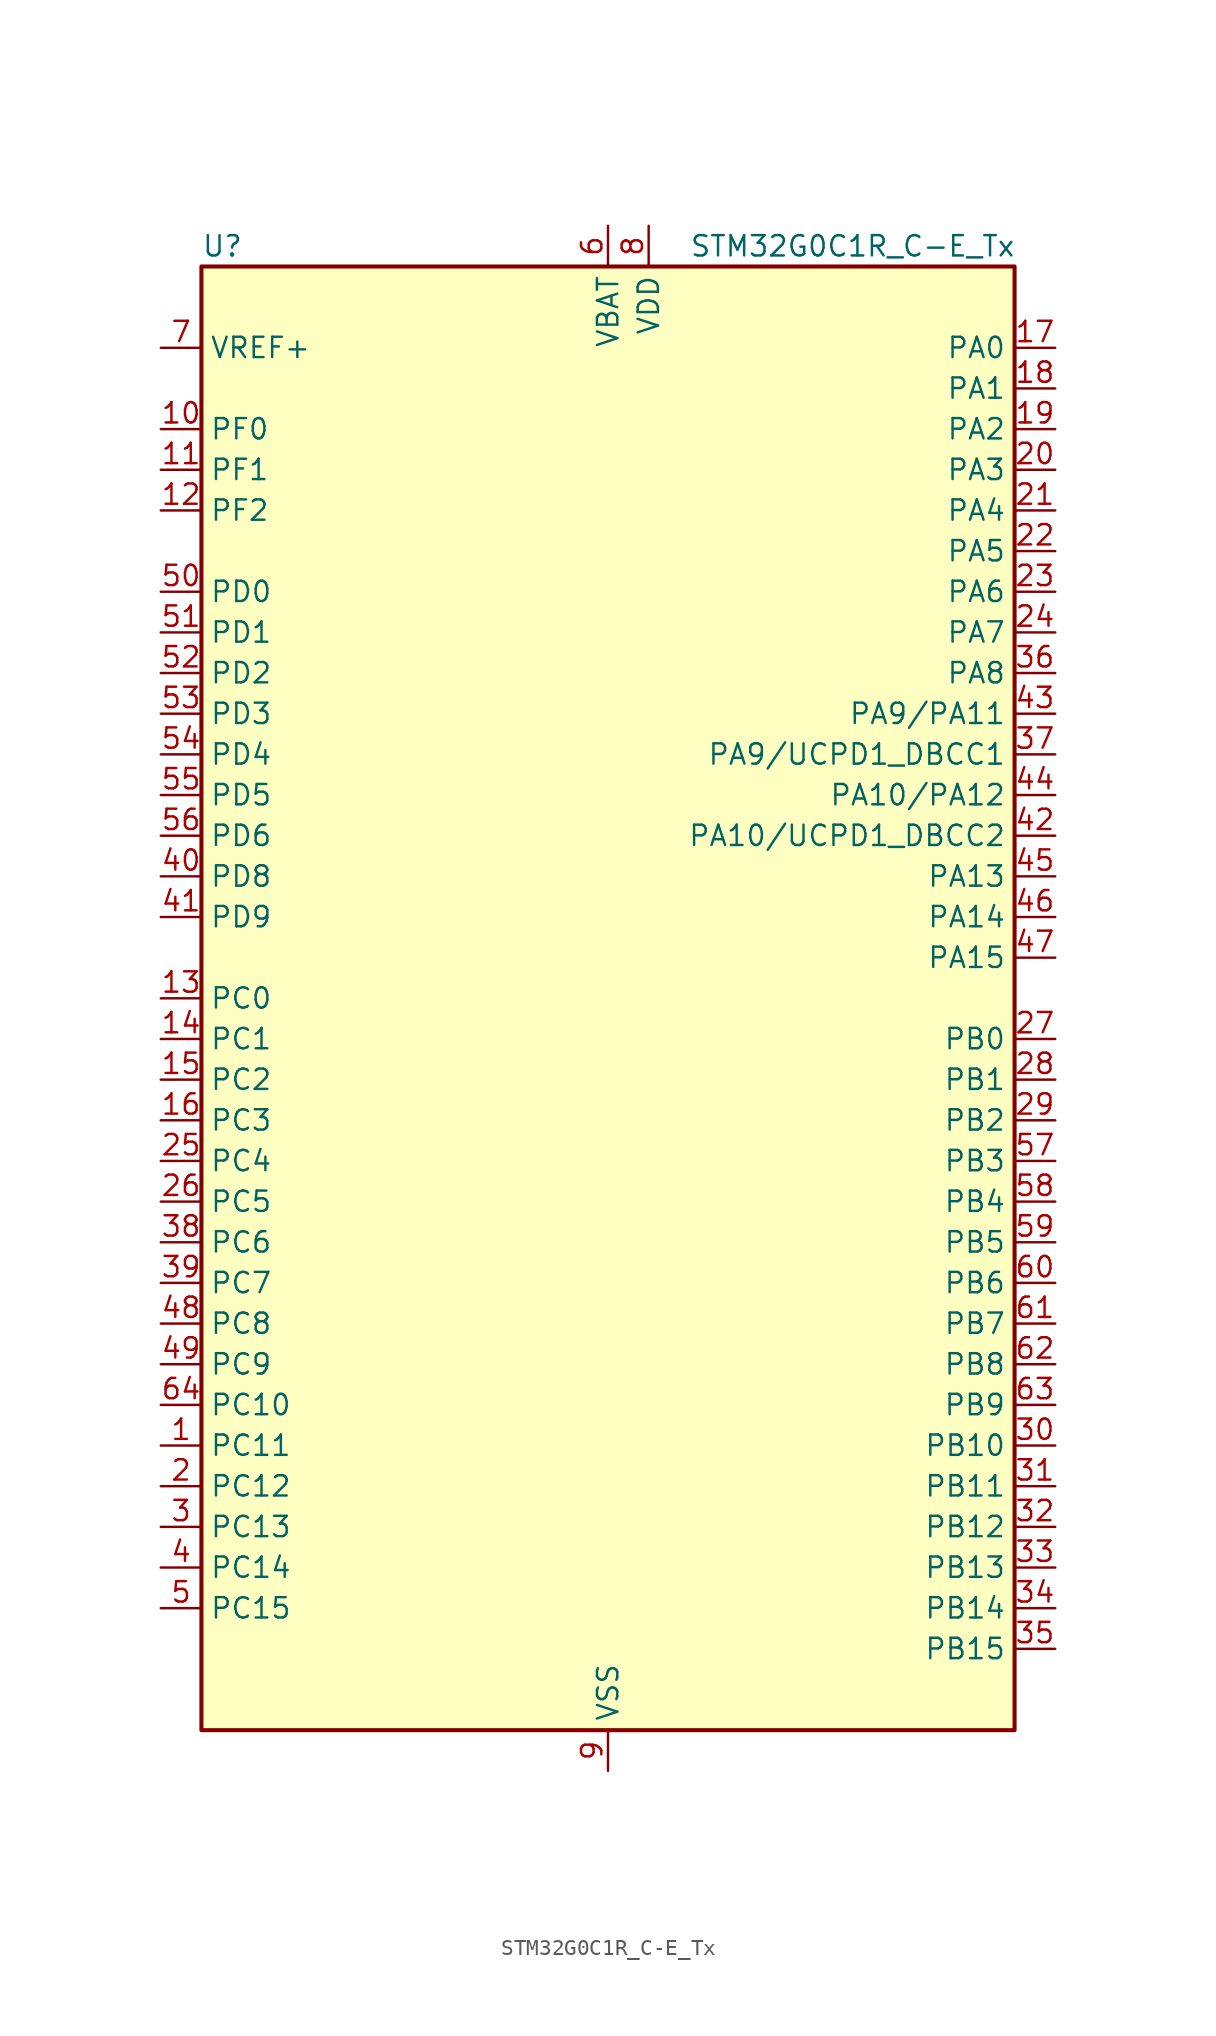
<source format=kicad_sym>
(kicad_symbol_lib
  (version 20241209)
  (generator "kicad_symbol_editor")
  (generator_version "9.0")
  (symbol "STM32G0C1R_C-E_Tx"
    (property "Reference" "U"
      (at -25.4 46.99 0)
      (effects (font (size 1.27 1.27)) (justify left)))
    (property "Value" "STM32G0C1R_C-E_Tx"
      (at 5.08 46.99 0)
      (effects (font (size 1.27 1.27)) (justify left)))
    (symbol "STM32G0C1R_C-E_Tx_0_1"
      (rectangle (start -25.4 -45.72) (end 25.4 45.72) (stroke (width 0.254) (type default)) (fill (type background))))
    (symbol "STM32G0C1R_C-E_Tx_1_1"
      (pin input line (at -27.94 40.64 0) (length 2.54) (name "VREF+" (effects (font (size 1.27 1.27)))) (number "7" (effects (font (size 1.27 1.27)))) (alternate "VREFBUF_OUT" bidirectional line))
      (pin bidirectional line (at -27.94 35.56 0) (length 2.54) (name "PF0" (effects (font (size 1.27 1.27)))) (number "10" (effects (font (size 1.27 1.27)))) (alternate "CRS1_SYNC" bidirectional line) (alternate "RCC_OSC_IN" bidirectional line) (alternate "TIM14_CH1" bidirectional line))
      (pin bidirectional line (at -27.94 33.02 0) (length 2.54) (name "PF1" (effects (font (size 1.27 1.27)))) (number "11" (effects (font (size 1.27 1.27)))) (alternate "RCC_OSC_EN" bidirectional line) (alternate "RCC_OSC_OUT" bidirectional line) (alternate "TIM15_CH1N" bidirectional line))
      (pin bidirectional line (at -27.94 30.48 0) (length 2.54) (name "PF2" (effects (font (size 1.27 1.27)))) (number "12" (effects (font (size 1.27 1.27)))) (alternate "LPUART2_DE" bidirectional line) (alternate "LPUART2_RTS" bidirectional line) (alternate "LPUART2_TX" bidirectional line) (alternate "RCC_MCO" bidirectional line))
      (pin bidirectional line (at -27.94 25.4 0) (length 2.54) (name "PD0" (effects (font (size 1.27 1.27)))) (number "50" (effects (font (size 1.27 1.27)))) (alternate "FDCAN1_RX" bidirectional line) (alternate "I2S2_WS" bidirectional line) (alternate "SPI2_NSS" bidirectional line) (alternate "TIM16_CH1" bidirectional line) (alternate "UCPD2_CC1" bidirectional line))
      (pin bidirectional line (at -27.94 22.86 0) (length 2.54) (name "PD1" (effects (font (size 1.27 1.27)))) (number "51" (effects (font (size 1.27 1.27)))) (alternate "FDCAN1_TX" bidirectional line) (alternate "I2S2_CK" bidirectional line) (alternate "SPI2_SCK" bidirectional line) (alternate "TIM17_CH1" bidirectional line) (alternate "UCPD2_DBCC1" bidirectional line))
      (pin bidirectional line (at -27.94 20.32 0) (length 2.54) (name "PD2" (effects (font (size 1.27 1.27)))) (number "52" (effects (font (size 1.27 1.27)))) (alternate "TIM1_CH1N" bidirectional line) (alternate "TIM3_ETR" bidirectional line) (alternate "UCPD2_CC2" bidirectional line) (alternate "USART3_CK" bidirectional line) (alternate "USART3_DE" bidirectional line) (alternate "USART3_RTS" bidirectional line) (alternate "USART5_RX" bidirectional line))
      (pin bidirectional line (at -27.94 17.78 0) (length 2.54) (name "PD3" (effects (font (size 1.27 1.27)))) (number "53" (effects (font (size 1.27 1.27)))) (alternate "I2S2_MCK" bidirectional line) (alternate "SPI2_MISO" bidirectional line) (alternate "TIM1_CH2N" bidirectional line) (alternate "UCPD2_DBCC2" bidirectional line) (alternate "USART2_CTS" bidirectional line) (alternate "USART2_NSS" bidirectional line) (alternate "USART5_TX" bidirectional line))
      (pin bidirectional line (at -27.94 15.24 0) (length 2.54) (name "PD4" (effects (font (size 1.27 1.27)))) (number "54" (effects (font (size 1.27 1.27)))) (alternate "I2S2_SD" bidirectional line) (alternate "SPI2_MOSI" bidirectional line) (alternate "TIM1_CH3N" bidirectional line) (alternate "USART2_CK" bidirectional line) (alternate "USART2_DE" bidirectional line) (alternate "USART2_RTS" bidirectional line) (alternate "USART5_CK" bidirectional line) (alternate "USART5_DE" bidirectional line) (alternate "USART5_RTS" bidirectional line))
      (pin bidirectional line (at -27.94 12.7 0) (length 2.54) (name "PD5" (effects (font (size 1.27 1.27)))) (number "55" (effects (font (size 1.27 1.27)))) (alternate "I2S1_MCK" bidirectional line) (alternate "SPI1_MISO" bidirectional line) (alternate "TIM1_BK" bidirectional line) (alternate "USART2_TX" bidirectional line) (alternate "USART5_CTS" bidirectional line) (alternate "USART5_NSS" bidirectional line))
      (pin bidirectional line (at -27.94 10.16 0) (length 2.54) (name "PD6" (effects (font (size 1.27 1.27)))) (number "56" (effects (font (size 1.27 1.27)))) (alternate "I2S1_SD" bidirectional line) (alternate "LPTIM2_OUT" bidirectional line) (alternate "SPI1_MOSI" bidirectional line) (alternate "USART2_RX" bidirectional line))
      (pin bidirectional line (at -27.94 7.62 0) (length 2.54) (name "PD8" (effects (font (size 1.27 1.27)))) (number "40" (effects (font (size 1.27 1.27)))) (alternate "I2S1_CK" bidirectional line) (alternate "LPTIM1_OUT" bidirectional line) (alternate "SPI1_SCK" bidirectional line) (alternate "USART3_TX" bidirectional line))
      (pin bidirectional line (at -27.94 5.08 0) (length 2.54) (name "PD9" (effects (font (size 1.27 1.27)))) (number "41" (effects (font (size 1.27 1.27)))) (alternate "DAC1_EXTI9" bidirectional line) (alternate "I2S1_WS" bidirectional line) (alternate "SPI1_NSS" bidirectional line) (alternate "TIM1_BK2" bidirectional line) (alternate "USART3_RX" bidirectional line))
      (pin bidirectional line (at -27.94 0 0) (length 2.54) (name "PC0" (effects (font (size 1.27 1.27)))) (number "13" (effects (font (size 1.27 1.27)))) (alternate "COMP3_INM" bidirectional line) (alternate "COMP3_OUT" bidirectional line) (alternate "I2C3_SCL" bidirectional line) (alternate "LPTIM1_IN1" bidirectional line) (alternate "LPTIM2_IN1" bidirectional line) (alternate "LPUART1_RX" bidirectional line) (alternate "LPUART2_TX" bidirectional line) (alternate "USART6_TX" bidirectional line))
      (pin bidirectional line (at -27.94 -2.54 0) (length 2.54) (name "PC1" (effects (font (size 1.27 1.27)))) (number "14" (effects (font (size 1.27 1.27)))) (alternate "COMP3_INP" bidirectional line) (alternate "I2C3_SDA" bidirectional line) (alternate "LPTIM1_OUT" bidirectional line) (alternate "LPUART1_TX" bidirectional line) (alternate "LPUART2_RX" bidirectional line) (alternate "TIM15_CH1" bidirectional line) (alternate "USART6_RX" bidirectional line))
      (pin bidirectional line (at -27.94 -5.08 0) (length 2.54) (name "PC2" (effects (font (size 1.27 1.27)))) (number "15" (effects (font (size 1.27 1.27)))) (alternate "COMP3_OUT" bidirectional line) (alternate "FDCAN2_RX" bidirectional line) (alternate "I2S2_MCK" bidirectional line) (alternate "LPTIM1_IN2" bidirectional line) (alternate "SPI2_MISO" bidirectional line) (alternate "TIM15_CH2" bidirectional line))
      (pin bidirectional line (at -27.94 -7.62 0) (length 2.54) (name "PC3" (effects (font (size 1.27 1.27)))) (number "16" (effects (font (size 1.27 1.27)))) (alternate "FDCAN2_TX" bidirectional line) (alternate "I2S2_SD" bidirectional line) (alternate "LPTIM1_ETR" bidirectional line) (alternate "LPTIM2_ETR" bidirectional line) (alternate "SPI2_MOSI" bidirectional line))
      (pin bidirectional line (at -27.94 -10.16 0) (length 2.54) (name "PC4" (effects (font (size 1.27 1.27)))) (number "25" (effects (font (size 1.27 1.27)))) (alternate "ADC1_IN17" bidirectional line) (alternate "COMP1_INM" bidirectional line) (alternate "FDCAN1_RX" bidirectional line) (alternate "TIM2_CH1" bidirectional line) (alternate "TIM2_ETR" bidirectional line) (alternate "USART1_TX" bidirectional line) (alternate "USART3_TX" bidirectional line))
      (pin bidirectional line (at -27.94 -12.7 0) (length 2.54) (name "PC5" (effects (font (size 1.27 1.27)))) (number "26" (effects (font (size 1.27 1.27)))) (alternate "ADC1_IN18" bidirectional line) (alternate "COMP1_INP" bidirectional line) (alternate "FDCAN1_TX" bidirectional line) (alternate "SYS_WKUP5" bidirectional line) (alternate "TIM2_CH2" bidirectional line) (alternate "USART1_RX" bidirectional line) (alternate "USART3_RX" bidirectional line))
      (pin bidirectional line (at -27.94 -15.24 0) (length 2.54) (name "PC6" (effects (font (size 1.27 1.27)))) (number "38" (effects (font (size 1.27 1.27)))) (alternate "LPUART2_TX" bidirectional line) (alternate "TIM2_CH3" bidirectional line) (alternate "TIM3_CH1" bidirectional line) (alternate "UCPD1_FRSTX1" bidirectional line) (alternate "UCPD1_FRSTX2" bidirectional line))
      (pin bidirectional line (at -27.94 -17.78 0) (length 2.54) (name "PC7" (effects (font (size 1.27 1.27)))) (number "39" (effects (font (size 1.27 1.27)))) (alternate "LPUART2_RX" bidirectional line) (alternate "TIM2_CH4" bidirectional line) (alternate "TIM3_CH2" bidirectional line) (alternate "UCPD2_FRSTX1" bidirectional line) (alternate "UCPD2_FRSTX2" bidirectional line))
      (pin bidirectional line (at -27.94 -20.32 0) (length 2.54) (name "PC8" (effects (font (size 1.27 1.27)))) (number "48" (effects (font (size 1.27 1.27)))) (alternate "LPUART2_CTS" bidirectional line) (alternate "TIM1_CH1" bidirectional line) (alternate "TIM3_CH3" bidirectional line) (alternate "UCPD2_FRSTX1" bidirectional line) (alternate "UCPD2_FRSTX2" bidirectional line))
      (pin bidirectional line (at -27.94 -22.86 0) (length 2.54) (name "PC9" (effects (font (size 1.27 1.27)))) (number "49" (effects (font (size 1.27 1.27)))) (alternate "DAC1_EXTI9" bidirectional line) (alternate "I2S_CKIN" bidirectional line) (alternate "LPUART2_DE" bidirectional line) (alternate "LPUART2_RTS" bidirectional line) (alternate "TIM1_CH2" bidirectional line) (alternate "TIM3_CH4" bidirectional line) (alternate "USB_NOE" bidirectional line))
      (pin bidirectional line (at -27.94 -25.4 0) (length 2.54) (name "PC10" (effects (font (size 1.27 1.27)))) (number "64" (effects (font (size 1.27 1.27)))) (alternate "SPI3_SCK" bidirectional line) (alternate "TIM1_CH3" bidirectional line) (alternate "USART3_TX" bidirectional line) (alternate "USART4_TX" bidirectional line))
      (pin bidirectional line (at -27.94 -27.94 0) (length 2.54) (name "PC11" (effects (font (size 1.27 1.27)))) (number "1" (effects (font (size 1.27 1.27)))) (alternate "ADC1_EXTI11" bidirectional line) (alternate "SPI3_MISO" bidirectional line) (alternate "TIM1_CH4" bidirectional line) (alternate "USART3_RX" bidirectional line) (alternate "USART4_RX" bidirectional line))
      (pin bidirectional line (at -27.94 -30.48 0) (length 2.54) (name "PC12" (effects (font (size 1.27 1.27)))) (number "2" (effects (font (size 1.27 1.27)))) (alternate "LPTIM1_IN1" bidirectional line) (alternate "SPI3_MOSI" bidirectional line) (alternate "TIM14_CH1" bidirectional line) (alternate "UCPD1_FRSTX1" bidirectional line) (alternate "UCPD1_FRSTX2" bidirectional line) (alternate "USART5_TX" bidirectional line))
      (pin bidirectional line (at -27.94 -33.02 0) (length 2.54) (name "PC13" (effects (font (size 1.27 1.27)))) (number "3" (effects (font (size 1.27 1.27)))) (alternate "RTC_OUT1" bidirectional line) (alternate "RTC_TAMP_IN1" bidirectional line) (alternate "RTC_TS" bidirectional line) (alternate "SYS_WKUP2" bidirectional line) (alternate "TIM1_BK" bidirectional line))
      (pin bidirectional line (at -27.94 -35.56 0) (length 2.54) (name "PC14" (effects (font (size 1.27 1.27)))) (number "4" (effects (font (size 1.27 1.27)))) (alternate "RCC_OSC32_IN" bidirectional line) (alternate "TIM1_BK2" bidirectional line))
      (pin bidirectional line (at -27.94 -38.1 0) (length 2.54) (name "PC15" (effects (font (size 1.27 1.27)))) (number "5" (effects (font (size 1.27 1.27)))) (alternate "RCC_OSC32_EN" bidirectional line) (alternate "RCC_OSC32_OUT" bidirectional line) (alternate "RCC_OSC_EN" bidirectional line) (alternate "TIM15_BK" bidirectional line))
      (pin power_in line (at 0 48.26 270) (length 2.54) (name "VBAT" (effects (font (size 1.27 1.27)))) (number "6" (effects (font (size 1.27 1.27)))))
      (pin power_in line (at 0 -48.26 90) (length 2.54) (name "VSS" (effects (font (size 1.27 1.27)))) (number "9" (effects (font (size 1.27 1.27)))))
      (pin power_in line (at 2.54 48.26 270) (length 2.54) (name "VDD" (effects (font (size 1.27 1.27)))) (number "8" (effects (font (size 1.27 1.27)))))
      (pin bidirectional line (at 27.94 40.64 180) (length 2.54) (name "PA0" (effects (font (size 1.27 1.27)))) (number "17" (effects (font (size 1.27 1.27)))) (alternate "ADC1_IN0" bidirectional line) (alternate "COMP1_INM" bidirectional line) (alternate "COMP1_OUT" bidirectional line) (alternate "I2S2_CK" bidirectional line) (alternate "LPTIM1_OUT" bidirectional line) (alternate "RTC_TAMP_IN2" bidirectional line) (alternate "SPI2_SCK" bidirectional line) (alternate "SYS_WKUP1" bidirectional line) (alternate "TIM2_CH1" bidirectional line) (alternate "TIM2_ETR" bidirectional line) (alternate "UCPD2_FRSTX1" bidirectional line) (alternate "UCPD2_FRSTX2" bidirectional line) (alternate "USART2_CTS" bidirectional line) (alternate "USART2_NSS" bidirectional line) (alternate "USART4_TX" bidirectional line))
      (pin bidirectional line (at 27.94 38.1 180) (length 2.54) (name "PA1" (effects (font (size 1.27 1.27)))) (number "18" (effects (font (size 1.27 1.27)))) (alternate "ADC1_IN1" bidirectional line) (alternate "COMP1_INP" bidirectional line) (alternate "I2C1_SMBA" bidirectional line) (alternate "I2S1_CK" bidirectional line) (alternate "SPI1_SCK" bidirectional line) (alternate "TIM15_CH1N" bidirectional line) (alternate "TIM2_CH2" bidirectional line) (alternate "USART2_CK" bidirectional line) (alternate "USART2_DE" bidirectional line) (alternate "USART2_RTS" bidirectional line) (alternate "USART4_RX" bidirectional line))
      (pin bidirectional line (at 27.94 35.56 180) (length 2.54) (name "PA2" (effects (font (size 1.27 1.27)))) (number "19" (effects (font (size 1.27 1.27)))) (alternate "ADC1_IN2" bidirectional line) (alternate "COMP2_INM" bidirectional line) (alternate "COMP2_OUT" bidirectional line) (alternate "I2S1_SD" bidirectional line) (alternate "LPUART1_TX" bidirectional line) (alternate "RCC_LSCO" bidirectional line) (alternate "SPI1_MOSI" bidirectional line) (alternate "SYS_WKUP4" bidirectional line) (alternate "TIM15_CH1" bidirectional line) (alternate "TIM2_CH3" bidirectional line) (alternate "UCPD1_FRSTX1" bidirectional line) (alternate "UCPD1_FRSTX2" bidirectional line) (alternate "USART2_TX" bidirectional line))
      (pin bidirectional line (at 27.94 33.02 180) (length 2.54) (name "PA3" (effects (font (size 1.27 1.27)))) (number "20" (effects (font (size 1.27 1.27)))) (alternate "ADC1_IN3" bidirectional line) (alternate "COMP2_INP" bidirectional line) (alternate "I2S2_MCK" bidirectional line) (alternate "LPUART1_RX" bidirectional line) (alternate "SPI2_MISO" bidirectional line) (alternate "TIM15_CH2" bidirectional line) (alternate "TIM2_CH4" bidirectional line) (alternate "UCPD2_FRSTX1" bidirectional line) (alternate "UCPD2_FRSTX2" bidirectional line) (alternate "USART2_RX" bidirectional line))
      (pin bidirectional line (at 27.94 30.48 180) (length 2.54) (name "PA4" (effects (font (size 1.27 1.27)))) (number "21" (effects (font (size 1.27 1.27)))) (alternate "ADC1_IN4" bidirectional line) (alternate "DAC1_OUT1" bidirectional line) (alternate "I2S1_WS" bidirectional line) (alternate "I2S2_SD" bidirectional line) (alternate "LPTIM2_OUT" bidirectional line) (alternate "RTC_OUT2" bidirectional line) (alternate "SPI1_NSS" bidirectional line) (alternate "SPI2_MOSI" bidirectional line) (alternate "SPI3_NSS" bidirectional line) (alternate "TIM14_CH1" bidirectional line) (alternate "UCPD2_FRSTX1" bidirectional line) (alternate "UCPD2_FRSTX2" bidirectional line) (alternate "USART6_TX" bidirectional line) (alternate "USB_NOE" bidirectional line))
      (pin bidirectional line (at 27.94 27.94 180) (length 2.54) (name "PA5" (effects (font (size 1.27 1.27)))) (number "22" (effects (font (size 1.27 1.27)))) (alternate "ADC1_IN5" bidirectional line) (alternate "CEC" bidirectional line) (alternate "DAC1_OUT2" bidirectional line) (alternate "I2S1_CK" bidirectional line) (alternate "LPTIM2_ETR" bidirectional line) (alternate "SPI1_SCK" bidirectional line) (alternate "TIM2_CH1" bidirectional line) (alternate "TIM2_ETR" bidirectional line) (alternate "UCPD1_FRSTX1" bidirectional line) (alternate "UCPD1_FRSTX2" bidirectional line) (alternate "USART3_TX" bidirectional line) (alternate "USART6_RX" bidirectional line))
      (pin bidirectional line (at 27.94 25.4 180) (length 2.54) (name "PA6" (effects (font (size 1.27 1.27)))) (number "23" (effects (font (size 1.27 1.27)))) (alternate "ADC1_IN6" bidirectional line) (alternate "COMP1_OUT" bidirectional line) (alternate "I2C2_SDA" bidirectional line) (alternate "I2C3_SDA" bidirectional line) (alternate "I2S1_MCK" bidirectional line) (alternate "LPUART1_CTS" bidirectional line) (alternate "SPI1_MISO" bidirectional line) (alternate "TIM16_CH1" bidirectional line) (alternate "TIM1_BK" bidirectional line) (alternate "TIM3_CH1" bidirectional line) (alternate "USART3_CTS" bidirectional line) (alternate "USART3_NSS" bidirectional line) (alternate "USART6_CTS" bidirectional line) (alternate "USART6_NSS" bidirectional line))
      (pin bidirectional line (at 27.94 22.86 180) (length 2.54) (name "PA7" (effects (font (size 1.27 1.27)))) (number "24" (effects (font (size 1.27 1.27)))) (alternate "ADC1_IN7" bidirectional line) (alternate "COMP2_OUT" bidirectional line) (alternate "I2C2_SCL" bidirectional line) (alternate "I2C3_SCL" bidirectional line) (alternate "I2S1_SD" bidirectional line) (alternate "SPI1_MOSI" bidirectional line) (alternate "TIM14_CH1" bidirectional line) (alternate "TIM17_CH1" bidirectional line) (alternate "TIM1_CH1N" bidirectional line) (alternate "TIM3_CH2" bidirectional line) (alternate "UCPD1_FRSTX1" bidirectional line) (alternate "UCPD1_FRSTX2" bidirectional line) (alternate "USART6_CK" bidirectional line) (alternate "USART6_DE" bidirectional line) (alternate "USART6_RTS" bidirectional line))
      (pin bidirectional line (at 27.94 20.32 180) (length 2.54) (name "PA8" (effects (font (size 1.27 1.27)))) (number "36" (effects (font (size 1.27 1.27)))) (alternate "CRS1_SYNC" bidirectional line) (alternate "I2C2_SMBA" bidirectional line) (alternate "I2S2_WS" bidirectional line) (alternate "LPTIM2_OUT" bidirectional line) (alternate "RCC_MCO" bidirectional line) (alternate "SPI2_NSS" bidirectional line) (alternate "TIM1_CH1" bidirectional line) (alternate "UCPD1_CC1" bidirectional line))
      (pin bidirectional line (at 27.94 17.78 180) (length 2.54) (name "PA9/PA11" (effects (font (size 1.27 1.27)))) (number "43" (effects (font (size 1.27 1.27)))) (alternate "ADC1_EXTI11 (PA11)" bidirectional line) (alternate "COMP1_OUT (PA11)" bidirectional line) (alternate "DAC1_EXTI9 (PA9)" bidirectional line) (alternate "FDCAN1_RX (PA11)" bidirectional line) (alternate "I2C1_SCL (PA9)" bidirectional line) (alternate "I2C2_SCL (PA11)" bidirectional line) (alternate "I2C2_SCL (PA9)" bidirectional line) (alternate "I2S1_MCK (PA11)" bidirectional line) (alternate "I2S2_MCK (PA9)" bidirectional line) (alternate "PA11" bidirectional line) (alternate "PA9" bidirectional line) (alternate "RCC_MCO (PA9)" bidirectional line) (alternate "SPI1_MISO (PA11)" bidirectional line) (alternate "SPI2_MISO (PA9)" bidirectional line) (alternate "TIM15_BK (PA9)" bidirectional line) (alternate "TIM1_BK2 (PA11)" bidirectional line) (alternate "TIM1_CH2 (PA9)" bidirectional line) (alternate "TIM1_CH4 (PA11)" bidirectional line) (alternate "UCPD1_DBCC1 (PA9)" bidirectional line) (alternate "USART1_CTS (PA11)" bidirectional line) (alternate "USART1_NSS (PA11)" bidirectional line) (alternate "USART1_TX (PA9)" bidirectional line) (alternate "USB_DM (PA11)" bidirectional line))
      (pin bidirectional line (at 27.94 15.24 180) (length 2.54) (name "PA9/UCPD1_DBCC1" (effects (font (size 1.27 1.27)))) (number "37" (effects (font (size 1.27 1.27)))) (alternate "DAC1_EXTI9 (PA9)" bidirectional line) (alternate "I2C1_SCL (PA9)" bidirectional line) (alternate "I2C2_SCL (PA9)" bidirectional line) (alternate "I2S2_MCK (PA9)" bidirectional line) (alternate "PA9" bidirectional line) (alternate "RCC_MCO (PA9)" bidirectional line) (alternate "SPI2_MISO (PA9)" bidirectional line) (alternate "TIM15_BK (PA9)" bidirectional line) (alternate "TIM1_CH2 (PA9)" bidirectional line) (alternate "UCPD1_DBCC1" bidirectional line) (alternate "UCPD1_DBCC1 (PA9)" bidirectional line) (alternate "UCPD1_DBCC1 (UCPD1_DBCC1)" bidirectional line) (alternate "USART1_TX (PA9)" bidirectional line))
      (pin bidirectional line (at 27.94 12.7 180) (length 2.54) (name "PA10/PA12" (effects (font (size 1.27 1.27)))) (number "44" (effects (font (size 1.27 1.27)))) (alternate "COMP2_OUT (PA12)" bidirectional line) (alternate "FDCAN1_TX (PA12)" bidirectional line) (alternate "I2C1_SDA (PA10)" bidirectional line) (alternate "I2C2_SDA (PA10)" bidirectional line) (alternate "I2C2_SDA (PA12)" bidirectional line) (alternate "I2S1_SD (PA12)" bidirectional line) (alternate "I2S2_SD (PA10)" bidirectional line) (alternate "I2S_CKIN (PA12)" bidirectional line) (alternate "PA10" bidirectional line) (alternate "PA12" bidirectional line) (alternate "RCC_MCO_2 (PA10)" bidirectional line) (alternate "SPI1_MOSI (PA12)" bidirectional line) (alternate "SPI2_MOSI (PA10)" bidirectional line) (alternate "TIM17_BK (PA10)" bidirectional line) (alternate "TIM1_CH3 (PA10)" bidirectional line) (alternate "TIM1_ETR (PA12)" bidirectional line) (alternate "UCPD1_DBCC2 (PA10)" bidirectional line) (alternate "USART1_CK (PA12)" bidirectional line) (alternate "USART1_DE (PA12)" bidirectional line) (alternate "USART1_RTS (PA12)" bidirectional line) (alternate "USART1_RX (PA10)" bidirectional line) (alternate "USB_DP (PA12)" bidirectional line))
      (pin bidirectional line (at 27.94 10.16 180) (length 2.54) (name "PA10/UCPD1_DBCC2" (effects (font (size 1.27 1.27)))) (number "42" (effects (font (size 1.27 1.27)))) (alternate "I2C1_SDA (PA10)" bidirectional line) (alternate "I2C2_SDA (PA10)" bidirectional line) (alternate "I2S2_SD (PA10)" bidirectional line) (alternate "PA10" bidirectional line) (alternate "RCC_MCO_2 (PA10)" bidirectional line) (alternate "SPI2_MOSI (PA10)" bidirectional line) (alternate "TIM17_BK (PA10)" bidirectional line) (alternate "TIM1_CH3 (PA10)" bidirectional line) (alternate "UCPD1_DBCC2" bidirectional line) (alternate "UCPD1_DBCC2 (PA10)" bidirectional line) (alternate "UCPD1_DBCC2 (UCPD1_DBCC2)" bidirectional line) (alternate "USART1_RX (PA10)" bidirectional line))
      (pin bidirectional line (at 27.94 7.62 180) (length 2.54) (name "PA13" (effects (font (size 1.27 1.27)))) (number "45" (effects (font (size 1.27 1.27)))) (alternate "IR_OUT" bidirectional line) (alternate "LPUART2_RX" bidirectional line) (alternate "SYS_SWDIO" bidirectional line) (alternate "USB_NOE" bidirectional line))
      (pin bidirectional line (at 27.94 5.08 180) (length 2.54) (name "PA14" (effects (font (size 1.27 1.27)))) (number "46" (effects (font (size 1.27 1.27)))) (alternate "LPUART2_TX" bidirectional line) (alternate "SYS_SWCLK" bidirectional line) (alternate "USART2_TX" bidirectional line))
      (pin bidirectional line (at 27.94 2.54 180) (length 2.54) (name "PA15" (effects (font (size 1.27 1.27)))) (number "47" (effects (font (size 1.27 1.27)))) (alternate "I2C2_SMBA" bidirectional line) (alternate "I2S1_WS" bidirectional line) (alternate "RCC_MCO_2" bidirectional line) (alternate "SPI1_NSS" bidirectional line) (alternate "SPI3_NSS" bidirectional line) (alternate "TIM2_CH1" bidirectional line) (alternate "TIM2_ETR" bidirectional line) (alternate "USART2_RX" bidirectional line) (alternate "USART3_CK" bidirectional line) (alternate "USART3_DE" bidirectional line) (alternate "USART3_RTS" bidirectional line) (alternate "USART4_CK" bidirectional line) (alternate "USART4_DE" bidirectional line) (alternate "USART4_RTS" bidirectional line) (alternate "USB_NOE" bidirectional line))
      (pin bidirectional line (at 27.94 -2.54 180) (length 2.54) (name "PB0" (effects (font (size 1.27 1.27)))) (number "27" (effects (font (size 1.27 1.27)))) (alternate "ADC1_IN8" bidirectional line) (alternate "COMP1_OUT" bidirectional line) (alternate "COMP3_INP" bidirectional line) (alternate "FDCAN2_RX" bidirectional line) (alternate "I2S1_WS" bidirectional line) (alternate "LPTIM1_OUT" bidirectional line) (alternate "LPUART2_CTS" bidirectional line) (alternate "SPI1_NSS" bidirectional line) (alternate "TIM1_CH2N" bidirectional line) (alternate "TIM3_CH3" bidirectional line) (alternate "UCPD1_FRSTX1" bidirectional line) (alternate "UCPD1_FRSTX2" bidirectional line) (alternate "USART3_RX" bidirectional line) (alternate "USART5_TX" bidirectional line))
      (pin bidirectional line (at 27.94 -5.08 180) (length 2.54) (name "PB1" (effects (font (size 1.27 1.27)))) (number "28" (effects (font (size 1.27 1.27)))) (alternate "ADC1_IN9" bidirectional line) (alternate "COMP1_INM" bidirectional line) (alternate "COMP3_OUT" bidirectional line) (alternate "FDCAN2_TX" bidirectional line) (alternate "LPTIM2_IN1" bidirectional line) (alternate "LPUART1_DE" bidirectional line) (alternate "LPUART1_RTS" bidirectional line) (alternate "LPUART2_DE" bidirectional line) (alternate "LPUART2_RTS" bidirectional line) (alternate "TIM14_CH1" bidirectional line) (alternate "TIM1_CH3N" bidirectional line) (alternate "TIM3_CH4" bidirectional line) (alternate "USART3_CK" bidirectional line) (alternate "USART3_DE" bidirectional line) (alternate "USART3_RTS" bidirectional line) (alternate "USART5_RX" bidirectional line))
      (pin bidirectional line (at 27.94 -7.62 180) (length 2.54) (name "PB2" (effects (font (size 1.27 1.27)))) (number "29" (effects (font (size 1.27 1.27)))) (alternate "ADC1_IN10" bidirectional line) (alternate "COMP1_INP" bidirectional line) (alternate "COMP3_INM" bidirectional line) (alternate "I2S2_MCK" bidirectional line) (alternate "LPTIM1_OUT" bidirectional line) (alternate "RCC_MCO_2" bidirectional line) (alternate "SPI2_MISO" bidirectional line) (alternate "USART3_TX" bidirectional line))
      (pin bidirectional line (at 27.94 -10.16 180) (length 2.54) (name "PB3" (effects (font (size 1.27 1.27)))) (number "57" (effects (font (size 1.27 1.27)))) (alternate "COMP2_INM" bidirectional line) (alternate "I2C2_SCL" bidirectional line) (alternate "I2C3_SCL" bidirectional line) (alternate "I2S1_CK" bidirectional line) (alternate "SPI1_SCK" bidirectional line) (alternate "SPI3_SCK" bidirectional line) (alternate "TIM1_CH2" bidirectional line) (alternate "TIM2_CH2" bidirectional line) (alternate "USART1_CK" bidirectional line) (alternate "USART1_DE" bidirectional line) (alternate "USART1_RTS" bidirectional line) (alternate "USART5_TX" bidirectional line))
      (pin bidirectional line (at 27.94 -12.7 180) (length 2.54) (name "PB4" (effects (font (size 1.27 1.27)))) (number "58" (effects (font (size 1.27 1.27)))) (alternate "COMP2_INP" bidirectional line) (alternate "I2C2_SDA" bidirectional line) (alternate "I2C3_SDA" bidirectional line) (alternate "I2S1_MCK" bidirectional line) (alternate "SPI1_MISO" bidirectional line) (alternate "SPI3_MISO" bidirectional line) (alternate "TIM17_BK" bidirectional line) (alternate "TIM3_CH1" bidirectional line) (alternate "USART1_CTS" bidirectional line) (alternate "USART1_NSS" bidirectional line) (alternate "USART5_RX" bidirectional line))
      (pin bidirectional line (at 27.94 -15.24 180) (length 2.54) (name "PB5" (effects (font (size 1.27 1.27)))) (number "59" (effects (font (size 1.27 1.27)))) (alternate "COMP2_OUT" bidirectional line) (alternate "FDCAN2_RX" bidirectional line) (alternate "I2C1_SMBA" bidirectional line) (alternate "I2S1_SD" bidirectional line) (alternate "LPTIM1_IN1" bidirectional line) (alternate "SPI1_MOSI" bidirectional line) (alternate "SPI3_MOSI" bidirectional line) (alternate "SYS_WKUP6" bidirectional line) (alternate "TIM16_BK" bidirectional line) (alternate "TIM3_CH2" bidirectional line) (alternate "USART5_CK" bidirectional line) (alternate "USART5_DE" bidirectional line) (alternate "USART5_RTS" bidirectional line))
      (pin bidirectional line (at 27.94 -17.78 180) (length 2.54) (name "PB6" (effects (font (size 1.27 1.27)))) (number "60" (effects (font (size 1.27 1.27)))) (alternate "COMP2_INP" bidirectional line) (alternate "FDCAN2_TX" bidirectional line) (alternate "I2C1_SCL" bidirectional line) (alternate "I2S2_MCK" bidirectional line) (alternate "LPTIM1_ETR" bidirectional line) (alternate "LPUART2_TX" bidirectional line) (alternate "SPI2_MISO" bidirectional line) (alternate "TIM16_CH1N" bidirectional line) (alternate "TIM1_CH3" bidirectional line) (alternate "TIM4_CH1" bidirectional line) (alternate "USART1_TX" bidirectional line) (alternate "USART5_CTS" bidirectional line) (alternate "USART5_NSS" bidirectional line))
      (pin bidirectional line (at 27.94 -20.32 180) (length 2.54) (name "PB7" (effects (font (size 1.27 1.27)))) (number "61" (effects (font (size 1.27 1.27)))) (alternate "COMP2_INM" bidirectional line) (alternate "I2C1_SDA" bidirectional line) (alternate "I2S2_SD" bidirectional line) (alternate "LPTIM1_IN2" bidirectional line) (alternate "LPUART2_RX" bidirectional line) (alternate "SPI2_MOSI" bidirectional line) (alternate "SYS_PVD_IN" bidirectional line) (alternate "TIM17_CH1N" bidirectional line) (alternate "TIM4_CH2" bidirectional line) (alternate "USART1_RX" bidirectional line) (alternate "USART4_CTS" bidirectional line) (alternate "USART4_NSS" bidirectional line))
      (pin bidirectional line (at 27.94 -22.86 180) (length 2.54) (name "PB8" (effects (font (size 1.27 1.27)))) (number "62" (effects (font (size 1.27 1.27)))) (alternate "CEC" bidirectional line) (alternate "FDCAN1_RX" bidirectional line) (alternate "I2C1_SCL" bidirectional line) (alternate "I2S2_CK" bidirectional line) (alternate "SPI2_SCK" bidirectional line) (alternate "TIM15_BK" bidirectional line) (alternate "TIM16_CH1" bidirectional line) (alternate "TIM4_CH3" bidirectional line) (alternate "USART3_TX" bidirectional line) (alternate "USART6_TX" bidirectional line))
      (pin bidirectional line (at 27.94 -25.4 180) (length 2.54) (name "PB9" (effects (font (size 1.27 1.27)))) (number "63" (effects (font (size 1.27 1.27)))) (alternate "DAC1_EXTI9" bidirectional line) (alternate "FDCAN1_TX" bidirectional line) (alternate "I2C1_SDA" bidirectional line) (alternate "I2S2_WS" bidirectional line) (alternate "IR_OUT" bidirectional line) (alternate "SPI2_NSS" bidirectional line) (alternate "TIM17_CH1" bidirectional line) (alternate "TIM4_CH4" bidirectional line) (alternate "UCPD2_FRSTX1" bidirectional line) (alternate "UCPD2_FRSTX2" bidirectional line) (alternate "USART3_RX" bidirectional line) (alternate "USART6_RX" bidirectional line))
      (pin bidirectional line (at 27.94 -27.94 180) (length 2.54) (name "PB10" (effects (font (size 1.27 1.27)))) (number "30" (effects (font (size 1.27 1.27)))) (alternate "ADC1_IN11" bidirectional line) (alternate "CEC" bidirectional line) (alternate "COMP1_OUT" bidirectional line) (alternate "I2C2_SCL" bidirectional line) (alternate "I2S2_CK" bidirectional line) (alternate "LPUART1_RX" bidirectional line) (alternate "SPI2_SCK" bidirectional line) (alternate "TIM2_CH3" bidirectional line) (alternate "USART3_TX" bidirectional line))
      (pin bidirectional line (at 27.94 -30.48 180) (length 2.54) (name "PB11" (effects (font (size 1.27 1.27)))) (number "31" (effects (font (size 1.27 1.27)))) (alternate "ADC1_EXTI11" bidirectional line) (alternate "ADC1_IN15" bidirectional line) (alternate "COMP2_OUT" bidirectional line) (alternate "I2C2_SDA" bidirectional line) (alternate "I2S2_SD" bidirectional line) (alternate "LPUART1_TX" bidirectional line) (alternate "SPI2_MOSI" bidirectional line) (alternate "TIM2_CH4" bidirectional line) (alternate "USART3_RX" bidirectional line))
      (pin bidirectional line (at 27.94 -33.02 180) (length 2.54) (name "PB12" (effects (font (size 1.27 1.27)))) (number "32" (effects (font (size 1.27 1.27)))) (alternate "ADC1_IN16" bidirectional line) (alternate "FDCAN2_RX" bidirectional line) (alternate "I2C2_SMBA" bidirectional line) (alternate "I2S2_WS" bidirectional line) (alternate "LPUART1_DE" bidirectional line) (alternate "LPUART1_RTS" bidirectional line) (alternate "SPI2_NSS" bidirectional line) (alternate "TIM15_BK" bidirectional line) (alternate "TIM1_BK" bidirectional line) (alternate "UCPD2_FRSTX1" bidirectional line) (alternate "UCPD2_FRSTX2" bidirectional line))
      (pin bidirectional line (at 27.94 -35.56 180) (length 2.54) (name "PB13" (effects (font (size 1.27 1.27)))) (number "33" (effects (font (size 1.27 1.27)))) (alternate "FDCAN2_TX" bidirectional line) (alternate "I2C2_SCL" bidirectional line) (alternate "I2S2_CK" bidirectional line) (alternate "LPUART1_CTS" bidirectional line) (alternate "SPI2_SCK" bidirectional line) (alternate "TIM15_CH1N" bidirectional line) (alternate "TIM1_CH1N" bidirectional line) (alternate "USART3_CTS" bidirectional line) (alternate "USART3_NSS" bidirectional line))
      (pin bidirectional line (at 27.94 -38.1 180) (length 2.54) (name "PB14" (effects (font (size 1.27 1.27)))) (number "34" (effects (font (size 1.27 1.27)))) (alternate "I2C2_SDA" bidirectional line) (alternate "I2S2_MCK" bidirectional line) (alternate "SPI2_MISO" bidirectional line) (alternate "TIM15_CH1" bidirectional line) (alternate "TIM1_CH2N" bidirectional line) (alternate "UCPD1_FRSTX1" bidirectional line) (alternate "UCPD1_FRSTX2" bidirectional line) (alternate "USART3_CK" bidirectional line) (alternate "USART3_DE" bidirectional line) (alternate "USART3_RTS" bidirectional line) (alternate "USART6_CK" bidirectional line) (alternate "USART6_DE" bidirectional line) (alternate "USART6_RTS" bidirectional line))
      (pin bidirectional line (at 27.94 -40.64 180) (length 2.54) (name "PB15" (effects (font (size 1.27 1.27)))) (number "35" (effects (font (size 1.27 1.27)))) (alternate "I2S2_SD" bidirectional line) (alternate "RTC_REFIN" bidirectional line) (alternate "SPI2_MOSI" bidirectional line) (alternate "TIM15_CH1N" bidirectional line) (alternate "TIM15_CH2" bidirectional line) (alternate "TIM1_CH3N" bidirectional line) (alternate "UCPD1_CC2" bidirectional line) (alternate "USART6_CTS" bidirectional line) (alternate "USART6_NSS" bidirectional line)))))
</source>
